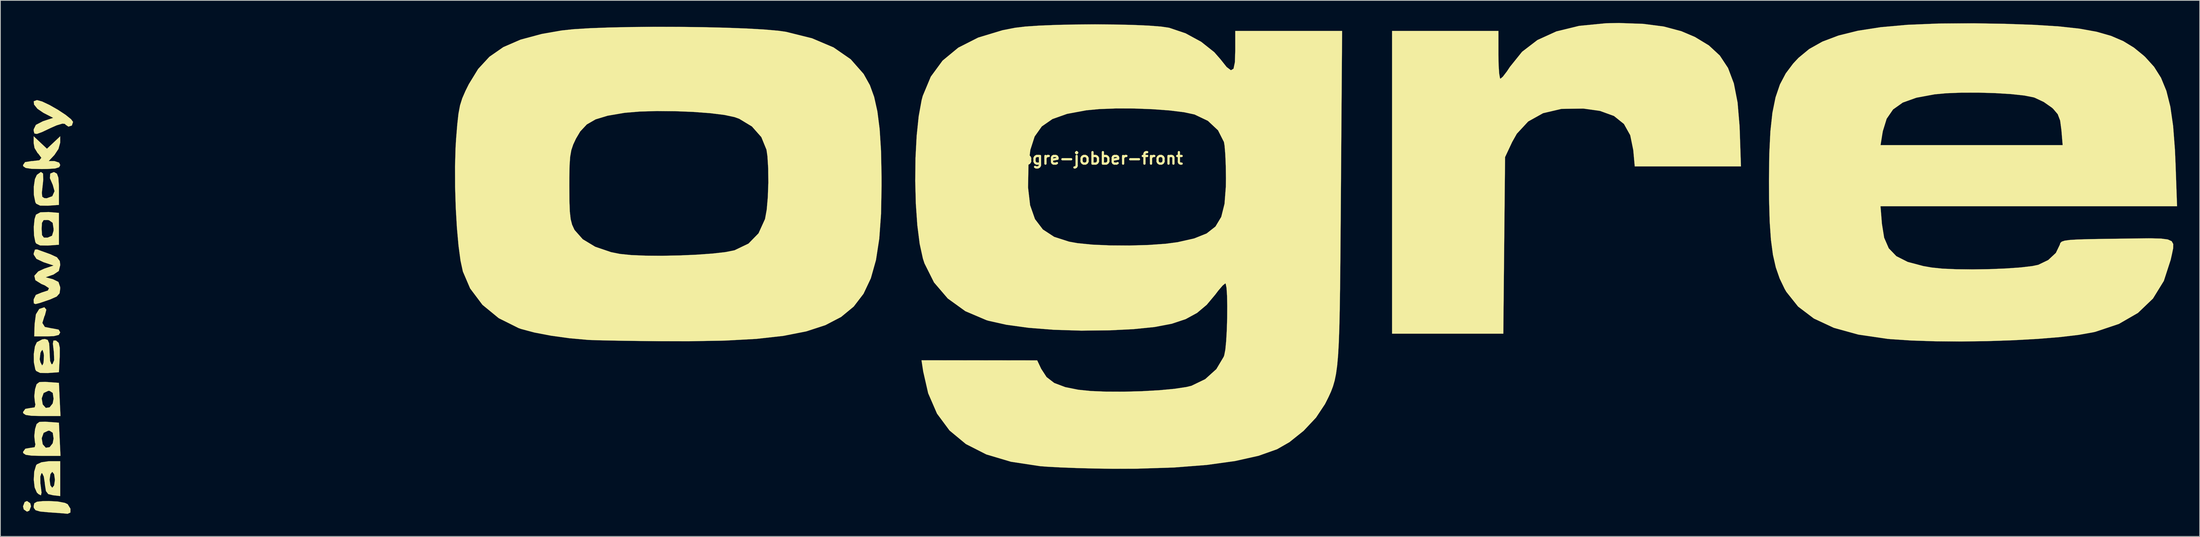
<source format=kicad_pcb>
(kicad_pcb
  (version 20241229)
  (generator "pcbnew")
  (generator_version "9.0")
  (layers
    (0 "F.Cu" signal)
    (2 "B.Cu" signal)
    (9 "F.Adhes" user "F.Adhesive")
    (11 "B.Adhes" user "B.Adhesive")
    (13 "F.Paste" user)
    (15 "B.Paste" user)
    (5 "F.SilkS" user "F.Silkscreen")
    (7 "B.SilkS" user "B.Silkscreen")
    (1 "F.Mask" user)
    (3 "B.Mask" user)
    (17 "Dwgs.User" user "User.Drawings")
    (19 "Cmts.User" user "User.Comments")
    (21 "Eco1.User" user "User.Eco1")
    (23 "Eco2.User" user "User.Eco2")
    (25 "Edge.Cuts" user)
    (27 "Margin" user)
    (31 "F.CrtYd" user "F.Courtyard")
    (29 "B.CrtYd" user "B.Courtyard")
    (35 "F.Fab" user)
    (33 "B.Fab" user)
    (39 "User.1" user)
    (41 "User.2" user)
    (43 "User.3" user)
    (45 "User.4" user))
  (footprint "ogre-jobber-front"
    (layer "F.Cu")
    (at 143.233 17.994)
    (property "Reference" "ogre-jobber-front" (at 0 0 0) (layer "F.SilkS") (effects (font (size 1.524 1.524) (thickness 0.3))))
    (attr through_hole)
    (fp_poly (pts (xy -142.268 45.802) (xy -142.169 46.214) (xy -142.39 46.788) (xy -142.699 46.919) (xy -143.13 46.625) (xy -143.228 46.214) (xy -143.007 45.639) (xy -142.699 45.508) (xy -142.268 45.802)) (stroke (width 0.01) (type solid)) (fill yes) (layer "F.SilkS"))
    (fp_poly (pts (xy -138.584 45.578) (xy -137.662 45.756) (xy -137.301 45.932) (xy -136.933 46.531) (xy -136.944 47.041) (xy -137.319 47.206) (xy -137.895 47.148) (xy -138.919 47.07) (xy -139.788 47.012) (xy -140.949 46.905) (xy -141.565 46.729) (xy -141.796 46.419) (xy -141.817 46.196) (xy -141.732 45.806) (xy -141.369 45.598) (xy -140.565 45.518) (xy -139.771 45.508) (xy -138.584 45.578)) (stroke (width 0.01) (type solid)) (fill yes) (layer "F.SilkS"))
    (fp_poly (pts (xy -140.133 20.088) (xy -140.321 20.826) (xy -140.388 20.957) (xy -140.662 21.852) (xy -140.328 22.39) (xy -139.383 22.577) (xy -139.326 22.578) (xy -138.502 22.738) (xy -138.289 23.107) (xy -138.481 23.443) (xy -139.146 23.605) (xy -140.014 23.636) (xy -141.74 23.636) (xy -141.69 21.998) (xy -141.519 20.708) (xy -141.088 20.015) (xy -141.04 19.982) (xy -140.396 19.771) (xy -140.133 20.088)) (stroke (width 0.01) (type solid)) (fill yes) (layer "F.SilkS"))
    (fp_poly (pts (xy -140.694 -7.562) (xy -139.706 -7.095) (xy -138.607 -6.468) (xy -137.59 -5.799) (xy -136.852 -5.207) (xy -136.589 -4.851) (xy -136.744 -4.369) (xy -137.204 -4.223) (xy -137.611 -4.504) (xy -137.642 -4.58) (xy -137.991 -4.628) (xy -138.771 -4.393) (xy -139.524 -4.062) (xy -140.704 -3.501) (xy -141.39 -3.254) (xy -141.715 -3.308) (xy -141.812 -3.651) (xy -141.817 -3.853) (xy -141.521 -4.456) (xy -140.592 -4.935) (xy -140.519 -4.96) (xy -139.221 -5.388) (xy -140.519 -6.054) (xy -141.313 -6.596) (xy -141.766 -7.16) (xy -141.802 -7.594) (xy -141.376 -7.751) (xy -140.694 -7.562)) (stroke (width 0.01) (type solid)) (fill yes) (layer "F.SilkS"))
    (fp_poly (pts (xy -138.465 7.232) (xy -138.465 11.465) (xy -139.92 11.572) (xy -140.954 11.561) (xy -141.482 11.301) (xy -141.596 11.102) (xy -141.769 10.222) (xy -141.793 9.349) (xy -140.758 9.349) (xy -140.704 10.194) (xy -140.457 10.52) (xy -139.965 10.52) (xy -139.379 10.27) (xy -139.178 9.612) (xy -139.171 9.349) (xy -139.296 8.55) (xy -139.768 8.215) (xy -139.965 8.178) (xy -140.492 8.191) (xy -140.715 8.558) (xy -140.758 9.349) (xy -141.793 9.349) (xy -141.8 9.092) (xy -141.696 8.045) (xy -141.511 7.472) (xy -140.926 7.159) (xy -139.84 7.119) (xy -138.465 7.232)) (stroke (width 0.01) (type solid)) (fill yes) (layer "F.SilkS"))
    (fp_poly (pts (xy -140.575 2.001) (xy -140.541 2.83) (xy -140.615 3.528) (xy -140.729 4.57) (xy -140.674 5.093) (xy -140.397 5.274) (xy -140.087 5.292) (xy -139.344 5.021) (xy -139.046 4.351) (xy -139.285 3.496) (xy -139.292 3.486) (xy -139.664 2.617) (xy -139.611 2.009) (xy -139.153 1.82) (xy -139.083 1.831) (xy -138.729 2.025) (xy -138.539 2.542) (xy -138.47 3.542) (xy -138.465 4.062) (xy -138.465 6.174) (xy -139.92 6.28) (xy -140.954 6.269) (xy -141.482 6.01) (xy -141.596 5.81) (xy -141.786 4.873) (xy -141.798 3.75) (xy -141.65 2.743) (xy -141.393 2.187) (xy -140.853 1.797) (xy -140.575 2.001)) (stroke (width 0.01) (type solid)) (fill yes) (layer "F.SilkS"))
    (fp_poly (pts (xy -138.289 -2.113) (xy -138.525 -1.262) (xy -139.056 -0.464) (xy -139.823 0.353) (xy -139.056 0.353) (xy -138.434 0.559) (xy -138.289 0.882) (xy -138.434 1.169) (xy -138.956 1.334) (xy -139.985 1.403) (xy -140.758 1.411) (xy -142.1 1.38) (xy -142.868 1.268) (xy -143.192 1.048) (xy -143.228 0.882) (xy -142.96 0.491) (xy -142.106 0.354) (xy -141.993 0.353) (xy -141.056 0.244) (xy -140.791 -0.082) (xy -141.195 -0.627) (xy -141.287 -0.706) (xy -141.698 -1.38) (xy -141.817 -2.045) (xy -141.817 -2.945) (xy -140.935 -2.117) (xy -140.053 -1.288) (xy -139.171 -2.117) (xy -138.289 -2.945) (xy -138.289 -2.113)) (stroke (width 0.01) (type solid)) (fill yes) (layer "F.SilkS"))
    (fp_poly (pts (xy -139.932 29.703) (xy -138.465 29.81) (xy -138.255 34.219) (xy -140.741 34.219) (xy -142.088 34.189) (xy -142.861 34.078) (xy -143.19 33.86) (xy -143.228 33.69) (xy -142.92 33.265) (xy -142.322 33.161) (xy -141.682 33.066) (xy -141.582 32.675) (xy -141.643 32.448) (xy -141.702 31.879) (xy -140.748 31.879) (xy -140.613 32.679) (xy -140.205 33.138) (xy -139.699 33.061) (xy -139.292 32.552) (xy -139.171 31.922) (xy -139.284 31.148) (xy -139.7 30.878) (xy -139.872 30.868) (xy -140.491 31.157) (xy -140.748 31.879) (xy -141.702 31.879) (xy -141.733 31.584) (xy -141.634 30.665) (xy -141.428 29.992) (xy -141.056 29.707) (xy -140.286 29.679) (xy -139.932 29.703)) (stroke (width 0.01) (type solid)) (fill yes) (layer "F.SilkS"))
    (fp_poly (pts (xy -139.932 34.994) (xy -138.465 35.101) (xy -138.255 39.511) (xy -140.741 39.511) (xy -142.088 39.48) (xy -142.861 39.37) (xy -143.19 39.152) (xy -143.228 38.982) (xy -142.92 38.557) (xy -142.322 38.453) (xy -141.682 38.358) (xy -141.582 37.967) (xy -141.643 37.739) (xy -141.702 37.171) (xy -140.748 37.171) (xy -140.613 37.97) (xy -140.205 38.43) (xy -139.699 38.353) (xy -139.292 37.843) (xy -139.171 37.213) (xy -139.284 36.44) (xy -139.7 36.17) (xy -139.872 36.16) (xy -140.491 36.449) (xy -140.748 37.171) (xy -141.702 37.171) (xy -141.733 36.876) (xy -141.634 35.957) (xy -141.428 35.283) (xy -141.056 34.998) (xy -140.286 34.971) (xy -139.932 34.994)) (stroke (width 0.01) (type solid)) (fill yes) (layer "F.SilkS"))
    (fp_poly (pts (xy -140.773 12.303) (xy -139.839 12.64) (xy -139.612 12.721) (xy -138.725 13.131) (xy -138.348 13.632) (xy -138.289 14.153) (xy -138.481 14.955) (xy -139.18 15.421) (xy -139.259 15.449) (xy -140.229 15.788) (xy -139.259 16.046) (xy -138.527 16.405) (xy -138.294 17.099) (xy -138.289 17.291) (xy -138.377 17.922) (xy -138.758 18.345) (xy -139.605 18.723) (xy -139.939 18.84) (xy -141.01 19.204) (xy -141.572 19.345) (xy -141.787 19.256) (xy -141.819 18.926) (xy -141.817 18.725) (xy -141.527 18.128) (xy -140.758 17.815) (xy -139.924 17.544) (xy -139.786 17.233) (xy -140.346 16.859) (xy -140.788 16.677) (xy -141.59 16.175) (xy -141.725 15.589) (xy -141.211 15.013) (xy -140.406 14.64) (xy -139.171 14.224) (xy -140.494 13.788) (xy -141.446 13.34) (xy -141.806 12.781) (xy -141.817 12.635) (xy -141.647 12.115) (xy -141.376 12.083) (xy -140.773 12.303)) (stroke (width 0.01) (type solid)) (fill yes) (layer "F.SilkS"))
    (fp_poly (pts (xy -138.289 44.85) (xy -139.259 44.738) (xy -139.879 44.588) (xy -140.187 44.187) (xy -140.322 43.326) (xy -140.338 43.119) (xy -140.405 42.686) (xy -139.7 42.686) (xy -139.598 43.429) (xy -139.352 43.744) (xy -139.347 43.744) (xy -139.1 43.438) (xy -138.994 42.699) (xy -138.994 42.686) (xy -139.097 41.943) (xy -139.343 41.628) (xy -139.347 41.628) (xy -139.595 41.934) (xy -139.7 42.673) (xy -139.7 42.686) (xy -140.405 42.686) (xy -140.471 42.252) (xy -140.681 41.821) (xy -140.78 41.817) (xy -140.94 42.264) (xy -140.929 43.122) (xy -140.89 43.413) (xy -140.769 44.386) (xy -140.85 44.751) (xy -141.173 44.588) (xy -141.393 44.379) (xy -141.687 43.708) (xy -141.803 42.672) (xy -141.739 41.589) (xy -141.497 40.779) (xy -141.393 40.64) (xy -140.781 40.361) (xy -139.82 40.221) (xy -139.629 40.217) (xy -138.289 40.217) (xy -138.289 44.85)) (stroke (width 0.01) (type solid)) (fill yes) (layer "F.SilkS"))
    (fp_poly (pts (xy -139.952 24.106) (xy -139.76 24.567) (xy -139.701 25.536) (xy -139.7 25.774) (xy -139.637 26.897) (xy -139.446 27.34) (xy -139.313 27.319) (xy -139.094 26.794) (xy -139.133 25.715) (xy -139.158 25.538) (xy -139.267 24.595) (xy -139.19 24.194) (xy -138.889 24.188) (xy -138.823 24.212) (xy -138.492 24.502) (xy -138.348 25.146) (xy -138.355 26.309) (xy -138.361 26.414) (xy -138.465 28.399) (xy -139.92 28.505) (xy -140.954 28.494) (xy -141.482 28.235) (xy -141.596 28.035) (xy -141.786 27.098) (xy -141.79 26.685) (xy -141.016 26.685) (xy -140.918 27.076) (xy -140.69 27.508) (xy -140.554 27.286) (xy -140.501 27.076) (xy -140.452 26.176) (xy -140.501 25.841) (xy -140.645 25.408) (xy -140.824 25.631) (xy -140.918 25.841) (xy -141.016 26.685) (xy -141.79 26.685) (xy -141.798 25.975) (xy -141.65 24.968) (xy -141.393 24.412) (xy -140.686 24.039) (xy -140.335 23.989) (xy -139.952 24.106)) (stroke (width 0.01) (type solid)) (fill yes) (layer "F.SilkS"))
    (fp_poly (pts (xy 71.796 -17.875) (xy 74.504 -17.523) (xy 76.828 -16.904) (xy 78.638 -16.135) (xy 80.492 -15.01) (xy 81.943 -13.666) (xy 83.033 -12.014) (xy 83.805 -9.965) (xy 84.3 -7.43) (xy 84.562 -4.32) (xy 84.59 -3.616) (xy 84.748 1.058) (xy 70.654 1.058) (xy 70.457 -1.112) (xy 70.055 -3.081) (xy 69.219 -4.576) (xy 67.898 -5.638) (xy 66.04 -6.312) (xy 63.825 -6.623) (xy 60.927 -6.581) (xy 58.488 -6.009) (xy 56.513 -4.908) (xy 55.005 -3.279) (xy 54.385 -2.179) (xy 53.446 -0.176) (xy 53.212 23.283) (xy 38.453 23.283) (xy 38.453 -16.933) (xy 52.564 -16.933) (xy 52.564 -13.758) (xy 52.591 -12.36) (xy 52.664 -11.276) (xy 52.769 -10.664) (xy 52.828 -10.584) (xy 53.15 -10.858) (xy 53.689 -11.56) (xy 54.09 -12.163) (xy 55.699 -14.164) (xy 57.739 -15.728) (xy 60.251 -16.871) (xy 63.271 -17.609) (xy 66.838 -17.956) (xy 68.558 -17.989) (xy 71.796 -17.875)) (stroke (width 0.01) (type solid)) (fill yes) (layer "F.SilkS"))
    (fp_poly (pts (xy 119.768 -17.881) (xy 123.66 -17.746) (xy 126.932 -17.539) (xy 129.667 -17.239) (xy 131.947 -16.826) (xy 133.858 -16.28) (xy 135.481 -15.583) (xy 136.9 -14.714) (xy 138.198 -13.653) (xy 138.407 -13.457) (xy 139.568 -12.174) (xy 140.491 -10.713) (xy 141.202 -8.979) (xy 141.729 -6.877) (xy 142.098 -4.313) (xy 142.337 -1.191) (xy 142.417 0.617) (xy 142.621 6.35) (xy 103.267 6.35) (xy 103.455 8.685) (xy 103.751 10.531) (xy 104.362 11.939) (xy 105.373 12.986) (xy 106.872 13.746) (xy 108.945 14.297) (xy 110.067 14.493) (xy 111.498 14.639) (xy 113.367 14.72) (xy 115.507 14.741) (xy 117.748 14.705) (xy 119.922 14.616) (xy 121.861 14.48) (xy 123.395 14.3) (xy 124.204 14.132) (xy 125.519 13.499) (xy 126.536 12.551) (xy 127.055 11.477) (xy 127.058 11.465) (xy 127.131 11.231) (xy 127.315 11.054) (xy 127.698 10.924) (xy 128.371 10.831) (xy 129.424 10.767) (xy 130.945 10.722) (xy 133.026 10.686) (xy 134.678 10.665) (xy 137.214 10.627) (xy 139.125 10.611) (xy 140.491 10.645) (xy 141.391 10.764) (xy 141.907 10.998) (xy 142.118 11.379) (xy 142.104 11.939) (xy 141.945 12.71) (xy 141.773 13.476) (xy 140.866 16.271) (xy 139.422 18.616) (xy 137.435 20.519) (xy 134.897 21.985) (xy 131.802 23.022) (xy 131.501 23.094) (xy 129.557 23.44) (xy 127.041 23.736) (xy 124.087 23.975) (xy 120.828 24.155) (xy 117.397 24.27) (xy 113.926 24.317) (xy 110.548 24.291) (xy 107.397 24.189) (xy 104.605 24.005) (xy 104.174 23.965) (xy 100.326 23.401) (xy 97.085 22.506) (xy 94.427 21.268) (xy 92.33 19.678) (xy 90.772 17.723) (xy 90.542 17.324) (xy 89.885 15.956) (xy 89.374 14.482) (xy 88.992 12.798) (xy 88.726 10.798) (xy 88.56 8.379) (xy 88.478 5.434) (xy 88.463 2.999) (xy 88.508 -0.605) (xy 88.564 -1.764) (xy 103.274 -1.764) (xy 127.44 -1.764) (xy 127.274 -3.763) (xy 127.106 -5.031) (xy 126.784 -5.876) (xy 126.186 -6.583) (xy 126.015 -6.74) (xy 124.933 -7.498) (xy 123.725 -8.067) (xy 123.579 -8.113) (xy 122.351 -8.356) (xy 120.599 -8.545) (xy 118.505 -8.674) (xy 116.249 -8.74) (xy 114.012 -8.735) (xy 111.975 -8.656) (xy 110.437 -8.512) (xy 108.026 -8.064) (xy 106.22 -7.418) (xy 104.935 -6.507) (xy 104.083 -5.267) (xy 103.578 -3.63) (xy 103.513 -3.261) (xy 103.274 -1.764) (xy 88.564 -1.764) (xy 88.654 -3.599) (xy 88.924 -6.074) (xy 89.339 -8.12) (xy 89.921 -9.83) (xy 90.692 -11.294) (xy 91.675 -12.603) (xy 92.381 -13.359) (xy 93.8 -14.531) (xy 95.554 -15.516) (xy 97.688 -16.323) (xy 100.25 -16.959) (xy 103.285 -17.432) (xy 106.84 -17.75) (xy 110.961 -17.919) (xy 115.694 -17.949) (xy 119.768 -17.881)) (stroke (width 0.01) (type solid)) (fill yes) (layer "F.SilkS"))
    (fp_poly (pts (xy -56.166 -17.475) (xy -52.993 -17.435) (xy -49.969 -17.363) (xy -47.212 -17.259) (xy -44.839 -17.124) (xy -42.967 -16.959) (xy -41.981 -16.819) (xy -38.524 -15.958) (xy -35.667 -14.746) (xy -33.392 -13.173) (xy -31.678 -11.226) (xy -30.842 -9.725) (xy -30.279 -8.17) (xy -29.852 -6.256) (xy -29.551 -3.904) (xy -29.369 -1.034) (xy -29.295 2.43) (xy -29.293 3.641) (xy -29.367 7.387) (xy -29.601 10.663) (xy -30.038 13.501) (xy -30.721 15.929) (xy -31.69 17.978) (xy -32.99 19.677) (xy -34.663 21.057) (xy -36.75 22.146) (xy -39.295 22.976) (xy -42.34 23.574) (xy -45.927 23.973) (xy -50.098 24.2) (xy -54.897 24.286) (xy -58.701 24.278) (xy -61.097 24.254) (xy -63.363 24.224) (xy -65.366 24.188) (xy -66.972 24.152) (xy -68.049 24.115) (xy -68.263 24.104) (xy -70.74 23.882) (xy -73.178 23.544) (xy -75.372 23.124) (xy -77.116 22.658) (xy -77.461 22.538) (xy -80.099 21.22) (xy -82.263 19.444) (xy -83.895 17.27) (xy -84.857 15.024) (xy -85.168 13.59) (xy -85.435 11.602) (xy -85.649 9.209) (xy -85.803 6.56) (xy -85.889 3.805) (xy -85.889 3.704) (xy -70.732 3.704) (xy -70.718 5.666) (xy -70.664 7.071) (xy -70.552 8.066) (xy -70.365 8.797) (xy -70.083 9.414) (xy -70.02 9.525) (xy -68.945 10.738) (xy -67.296 11.733) (xy -65.185 12.451) (xy -64.01 12.685) (xy -62.537 12.835) (xy -60.618 12.915) (xy -58.414 12.93) (xy -56.089 12.885) (xy -53.807 12.785) (xy -51.731 12.636) (xy -50.023 12.443) (xy -48.847 12.21) (xy -48.798 12.196) (xy -46.957 11.313) (xy -45.625 9.948) (xy -44.771 8.069) (xy -44.754 8.01) (xy -44.536 6.805) (xy -44.391 5.135) (xy -44.323 3.239) (xy -44.338 1.352) (xy -44.441 -0.288) (xy -44.566 -1.154) (xy -45.252 -2.833) (xy -46.502 -4.247) (xy -48.187 -5.266) (xy -48.805 -5.489) (xy -50.162 -5.779) (xy -52.049 -6.011) (xy -54.289 -6.178) (xy -56.707 -6.274) (xy -59.13 -6.292) (xy -61.381 -6.226) (xy -63.286 -6.068) (xy -63.482 -6.043) (xy -65.647 -5.673) (xy -67.244 -5.189) (xy -68.411 -4.516) (xy -69.285 -3.581) (xy -69.85 -2.627) (xy -70.217 -1.842) (xy -70.466 -1.097) (xy -70.619 -0.229) (xy -70.699 0.925) (xy -70.729 2.529) (xy -70.732 3.704) (xy -85.889 3.704) (xy -85.9 1.093) (xy -85.828 -1.425) (xy -85.758 -2.576) (xy -85.601 -4.524) (xy -85.441 -5.953) (xy -85.235 -7.048) (xy -84.939 -7.993) (xy -84.512 -8.974) (xy -84.068 -9.867) (xy -82.833 -11.882) (xy -81.336 -13.505) (xy -79.489 -14.787) (xy -77.201 -15.78) (xy -74.383 -16.537) (xy -71.757 -16.997) (xy -70.156 -17.166) (xy -67.999 -17.298) (xy -65.404 -17.394) (xy -62.489 -17.455) (xy -59.37 -17.482) (xy -56.166 -17.475)) (stroke (width 0.01) (type solid)) (fill yes) (layer "F.SilkS"))
    (fp_poly (pts (xy 1.602 -17.79) (xy 4.011 -17.735) (xy 6.118 -17.644) (xy 7.788 -17.516) (xy 8.861 -17.358) (xy 11.045 -16.62) (xy 13.119 -15.492) (xy 14.856 -14.113) (xy 15.686 -13.163) (xy 16.502 -12.136) (xy 17.063 -11.713) (xy 17.411 -11.917) (xy 17.589 -12.774) (xy 17.639 -14.287) (xy 17.639 -16.933) (xy 31.82 -16.933) (xy 31.655 5.203) (xy 31.62 9.858) (xy 31.587 13.864) (xy 31.55 17.28) (xy 31.505 20.163) (xy 31.449 22.572) (xy 31.376 24.563) (xy 31.283 26.194) (xy 31.164 27.524) (xy 31.015 28.609) (xy 30.833 29.508) (xy 30.611 30.278) (xy 30.347 30.977) (xy 30.035 31.661) (xy 29.672 32.39) (xy 29.545 32.639) (xy 28.358 34.428) (xy 26.712 36.182) (xy 24.829 37.688) (xy 23.184 38.63) (xy 20.73 39.5) (xy 17.614 40.197) (xy 13.856 40.717) (xy 9.477 41.057) (xy 4.499 41.216) (xy 1.411 41.224) (xy -0.942 41.192) (xy -3.311 41.131) (xy -5.5 41.048) (xy -7.317 40.951) (xy -8.286 40.875) (xy -12.13 40.29) (xy -15.396 39.318) (xy -18.105 37.94) (xy -20.278 36.139) (xy -21.939 33.898) (xy -23.11 31.197) (xy -23.769 28.31) (xy -23.997 26.811) (xy -16.32 26.819) (xy -8.643 26.826) (xy -8.114 27.944) (xy -7.4 29.042) (xy -6.38 29.828) (xy -4.917 30.379) (xy -3.175 30.727) (xy -1.535 30.894) (xy 0.526 30.978) (xy 2.837 30.985) (xy 5.227 30.921) (xy 7.526 30.792) (xy 9.561 30.603) (xy 11.163 30.362) (xy 11.828 30.2) (xy 13.649 29.322) (xy 15.131 27.986) (xy 16.106 26.348) (xy 16.18 26.141) (xy 16.324 25.401) (xy 16.437 24.225) (xy 16.519 22.768) (xy 16.567 21.184) (xy 16.578 19.627) (xy 16.551 18.25) (xy 16.484 17.207) (xy 16.373 16.653) (xy 16.316 16.602) (xy 15.975 16.877) (xy 15.391 17.556) (xy 14.988 18.088) (xy 13.855 19.442) (xy 12.576 20.518) (xy 11.057 21.348) (xy 9.205 21.963) (xy 6.927 22.396) (xy 4.128 22.678) (xy 1.035 22.831) (xy -2.794 22.876) (xy -6.45 22.761) (xy -9.806 22.497) (xy -12.736 22.094) (xy -15.113 21.563) (xy -15.38 21.483) (xy -18.177 20.291) (xy -20.511 18.606) (xy -22.335 16.474) (xy -23.602 13.941) (xy -23.81 13.304) (xy -24.239 11.346) (xy -24.552 8.863) (xy -24.748 6.021) (xy -24.806 3.854) (xy -9.858 3.854) (xy -9.583 6.216) (xy -8.939 8.058) (xy -7.888 9.438) (xy -6.392 10.416) (xy -4.415 11.054) (xy -3.31 11.253) (xy -1.347 11.45) (xy 1.039 11.554) (xy 3.617 11.568) (xy 6.155 11.494) (xy 8.423 11.333) (xy 9.973 11.128) (xy 12.183 10.631) (xy 13.839 9.969) (xy 15.014 9.046) (xy 15.782 7.765) (xy 16.216 6.029) (xy 16.391 3.741) (xy 16.404 2.646) (xy 16.381 0.962) (xy 16.317 -0.545) (xy 16.223 -1.683) (xy 16.14 -2.178) (xy 15.353 -3.733) (xy 14.01 -4.992) (xy 12.24 -5.835) (xy 12.233 -5.838) (xy 10.837 -6.137) (xy 8.917 -6.373) (xy 6.653 -6.54) (xy 4.224 -6.631) (xy 1.81 -6.638) (xy -0.41 -6.554) (xy -2.114 -6.394) (xy -4.674 -5.92) (xy -6.621 -5.231) (xy -8.03 -4.254) (xy -8.981 -2.914) (xy -9.551 -1.138) (xy -9.803 0.909) (xy -9.858 3.854) (xy -24.806 3.854) (xy -24.829 2.987) (xy -24.792 -0.072) (xy -24.639 -2.99) (xy -24.369 -5.6) (xy -23.982 -7.736) (xy -23.83 -8.306) (xy -22.764 -10.861) (xy -21.202 -12.99) (xy -19.117 -14.713) (xy -16.479 -16.051) (xy -13.261 -17.026) (xy -11.586 -17.356) (xy -10.217 -17.519) (xy -8.336 -17.646) (xy -6.078 -17.736) (xy -3.578 -17.791) (xy -0.973 -17.808) (xy 1.602 -17.79)) (stroke (width 0.01) (type solid)) (fill yes) (layer "F.SilkS")))
  (gr_rect
    (start -3 -3)
    (end 288.859 68.205)
    (stroke (width 0.1) (type default))
    (fill no)
    (layer "Edge.Cuts")))
</source>
